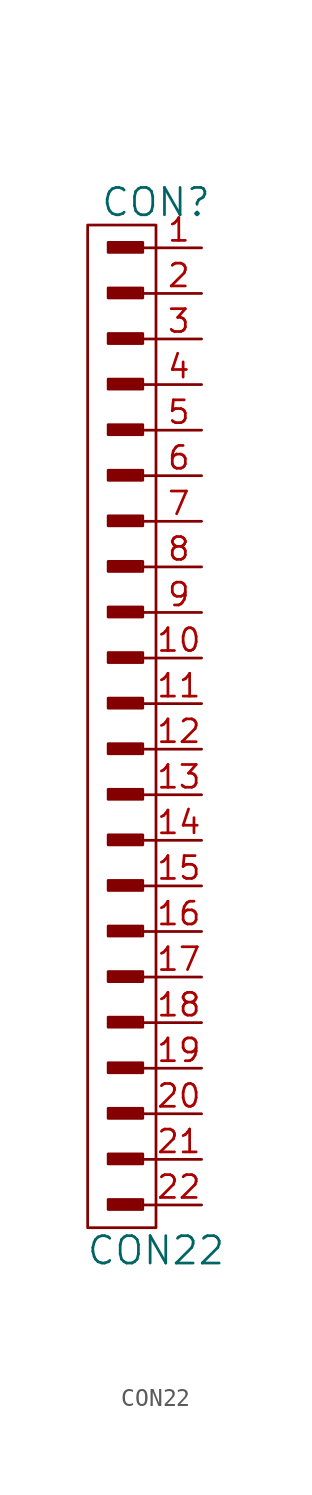
<source format=kicad_sym>
(kicad_symbol_lib
  (version 20220914)
  (generator kicad_symbol_editor)
  (symbol "CON22"
    (pin_names
      (offset 1.016))
    (property "Reference" "CON"
      (at 0 29.21 0)
      (effects (font (size 1.524 1.524))))
    (property "Value" "CON22"
      (at 0 -29.21 0)
      (effects (font (size 1.524 1.524))))
    (property "Datasheet" ""
      (at -1.905 25.4 0)
      (effects (font (size 1.524 1.524))))
    (symbol "CON22_0_0"
      (rectangle (start -2.642 -26.822) (end -0.864 -26.467) (stroke (width 0) (type solid)) (fill (type none)))
      (rectangle (start -2.642 -24.282) (end -0.864 -23.927) (stroke (width 0) (type solid)) (fill (type none)))
      (rectangle (start -2.642 -21.742) (end -0.864 -21.387) (stroke (width 0) (type solid)) (fill (type none)))
      (rectangle (start -2.642 -16.662) (end -0.864 -16.307) (stroke (width 0) (type solid)) (fill (type none)))
      (rectangle (start -2.642 -14.122) (end -0.864 -13.767) (stroke (width 0) (type solid)) (fill (type none)))
      (rectangle (start -2.642 -11.582) (end -0.864 -11.227) (stroke (width 0) (type solid)) (fill (type none)))
      (rectangle (start -2.642 -9.042) (end -0.864 -8.687) (stroke (width 0) (type solid)) (fill (type none)))
      (rectangle (start -2.642 -6.502) (end -0.864 -6.147) (stroke (width 0) (type solid)) (fill (type none)))
      (rectangle (start -2.642 -3.962) (end -0.864 -3.607) (stroke (width 0) (type solid)) (fill (type none)))
      (rectangle (start -2.642 -1.422) (end -0.864 -1.067) (stroke (width 0) (type solid)) (fill (type none)))
      (rectangle (start -2.642 3.658) (end -0.864 4.013) (stroke (width 0) (type solid)) (fill (type none)))
      (rectangle (start -2.642 8.738) (end -0.864 9.093) (stroke (width 0) (type solid)) (fill (type none)))
      (rectangle (start -2.642 11.278) (end -0.864 11.633) (stroke (width 0) (type solid)) (fill (type none)))
      (rectangle (start -2.642 13.818) (end -0.864 14.173) (stroke (width 0) (type solid)) (fill (type none)))
      (rectangle (start -2.642 16.358) (end -0.864 16.713) (stroke (width 0) (type solid)) (fill (type none)))
      (rectangle (start -2.642 18.898) (end -0.864 19.253) (stroke (width 0) (type solid)) (fill (type none)))
      (rectangle (start -2.642 21.438) (end -0.864 21.793) (stroke (width 0) (type solid)) (fill (type none)))
      (rectangle (start -2.642 23.978) (end -0.864 24.333) (stroke (width 0) (type solid)) (fill (type none)))
      (rectangle (start -2.616 -26.721) (end -0.965 -26.619) (stroke (width 0) (type solid)) (fill (type none)))
      (rectangle (start -2.616 -24.181) (end -0.965 -24.079) (stroke (width 0) (type solid)) (fill (type none)))
      (rectangle (start -2.616 -21.641) (end -0.965 -21.539) (stroke (width 0) (type solid)) (fill (type none)))
      (rectangle (start -2.616 -19.202) (end -0.838 -18.847) (stroke (width 0) (type solid)) (fill (type none)))
      (rectangle (start -2.616 -16.561) (end -0.965 -16.459) (stroke (width 0) (type solid)) (fill (type none)))
      (rectangle (start -2.616 -14.021) (end -0.965 -13.919) (stroke (width 0) (type solid)) (fill (type none)))
      (rectangle (start -2.616 -11.481) (end -0.965 -11.379) (stroke (width 0) (type solid)) (fill (type none)))
      (rectangle (start -2.616 -8.941) (end -0.965 -8.839) (stroke (width 0) (type solid)) (fill (type none)))
      (rectangle (start -2.616 -6.401) (end -0.965 -6.299) (stroke (width 0) (type solid)) (fill (type none)))
      (rectangle (start -2.616 -3.861) (end -0.965 -3.759) (stroke (width 0) (type solid)) (fill (type none)))
      (rectangle (start -2.616 -1.321) (end -0.965 -1.219) (stroke (width 0) (type solid)) (fill (type none)))
      (rectangle (start -2.616 1.118) (end -0.838 1.473) (stroke (width 0) (type solid)) (fill (type none)))
      (rectangle (start -2.616 3.759) (end -0.965 3.861) (stroke (width 0) (type solid)) (fill (type none)))
      (rectangle (start -2.616 6.198) (end -0.838 6.553) (stroke (width 0) (type solid)) (fill (type none)))
      (rectangle (start -2.616 8.839) (end -0.965 8.941) (stroke (width 0) (type solid)) (fill (type none)))
      (rectangle (start -2.616 11.379) (end -0.965 11.481) (stroke (width 0) (type solid)) (fill (type none)))
      (rectangle (start -2.616 13.919) (end -0.965 14.021) (stroke (width 0) (type solid)) (fill (type none)))
      (rectangle (start -2.616 16.459) (end -0.965 16.561) (stroke (width 0) (type solid)) (fill (type none)))
      (rectangle (start -2.616 18.999) (end -0.965 19.101) (stroke (width 0) (type solid)) (fill (type none)))
      (rectangle (start -2.616 21.539) (end -0.965 21.641) (stroke (width 0) (type solid)) (fill (type none)))
      (rectangle (start -2.616 24.079) (end -0.965 24.181) (stroke (width 0) (type solid)) (fill (type none)))
      (rectangle (start -2.616 26.518) (end -0.838 26.873) (stroke (width 0) (type solid)) (fill (type none)))
      (rectangle (start -2.591 -19.075) (end -0.94 -18.974) (stroke (width 0) (type solid)) (fill (type none)))
      (rectangle (start -2.591 1.245) (end -0.94 1.346) (stroke (width 0) (type solid)) (fill (type none)))
      (rectangle (start -2.591 6.325) (end -0.94 6.426) (stroke (width 0) (type solid)) (fill (type none)))
      (rectangle (start -2.591 26.645) (end -0.94 26.746) (stroke (width 0) (type solid)) (fill (type none)))
      (rectangle (start -0.965 -26.543) (end -2.642 -26.746) (stroke (width 0) (type solid)) (fill (type none)))
      (rectangle (start -0.965 -24.003) (end -2.642 -24.206) (stroke (width 0) (type solid)) (fill (type none)))
      (rectangle (start -0.965 -21.463) (end -2.642 -21.666) (stroke (width 0) (type solid)) (fill (type none)))
      (rectangle (start -0.965 -16.383) (end -2.642 -16.586) (stroke (width 0) (type solid)) (fill (type none)))
      (rectangle (start -0.965 -13.843) (end -2.642 -14.046) (stroke (width 0) (type solid)) (fill (type none)))
      (rectangle (start -0.965 -11.303) (end -2.642 -11.506) (stroke (width 0) (type solid)) (fill (type none)))
      (rectangle (start -0.965 -8.763) (end -2.642 -8.966) (stroke (width 0) (type solid)) (fill (type none)))
      (rectangle (start -0.965 -6.223) (end -2.642 -6.426) (stroke (width 0) (type solid)) (fill (type none)))
      (rectangle (start -0.965 -3.683) (end -2.642 -3.886) (stroke (width 0) (type solid)) (fill (type none)))
      (rectangle (start -0.965 -1.143) (end -2.642 -1.346) (stroke (width 0) (type solid)) (fill (type none)))
      (rectangle (start -0.965 3.937) (end -2.642 3.734) (stroke (width 0) (type solid)) (fill (type none)))
      (rectangle (start -0.965 9.017) (end -2.642 8.814) (stroke (width 0) (type solid)) (fill (type none)))
      (rectangle (start -0.965 11.557) (end -2.642 11.354) (stroke (width 0) (type solid)) (fill (type none)))
      (rectangle (start -0.965 14.097) (end -2.642 13.894) (stroke (width 0) (type solid)) (fill (type none)))
      (rectangle (start -0.965 16.637) (end -2.642 16.434) (stroke (width 0) (type solid)) (fill (type none)))
      (rectangle (start -0.965 19.177) (end -2.642 18.974) (stroke (width 0) (type solid)) (fill (type none)))
      (rectangle (start -0.965 21.717) (end -2.642 21.514) (stroke (width 0) (type solid)) (fill (type none)))
      (rectangle (start -0.965 24.257) (end -2.642 24.054) (stroke (width 0) (type solid)) (fill (type none)))
      (rectangle (start -0.864 -18.948) (end -2.54 -19.152) (stroke (width 0) (type solid)) (fill (type none)))
      (rectangle (start -0.864 1.372) (end -2.54 1.168) (stroke (width 0) (type solid)) (fill (type none)))
      (rectangle (start -0.864 6.452) (end -2.54 6.248) (stroke (width 0) (type solid)) (fill (type none)))
      (rectangle (start -0.864 26.772) (end -2.54 26.568) (stroke (width 0) (type solid)) (fill (type none)))
      (rectangle (start -0.737 -26.365) (end -2.667 -26.924) (stroke (width 0) (type solid)) (fill (type none)))
      (rectangle (start -0.737 -23.825) (end -2.667 -24.384) (stroke (width 0) (type solid)) (fill (type none)))
      (rectangle (start -0.737 -21.285) (end -2.667 -21.844) (stroke (width 0) (type solid)) (fill (type none)))
      (rectangle (start -0.737 -18.745) (end -2.667 -19.304) (stroke (width 0) (type solid)) (fill (type none)))
      (rectangle (start -0.737 -16.205) (end -2.667 -16.764) (stroke (width 0) (type solid)) (fill (type none)))
      (rectangle (start -0.737 -13.665) (end -2.667 -14.224) (stroke (width 0) (type solid)) (fill (type none)))
      (rectangle (start -0.737 -11.125) (end -2.667 -11.684) (stroke (width 0) (type solid)) (fill (type none)))
      (rectangle (start -0.737 -8.585) (end -2.667 -9.144) (stroke (width 0) (type solid)) (fill (type none)))
      (rectangle (start -0.737 -6.045) (end -2.667 -6.604) (stroke (width 0) (type solid)) (fill (type none)))
      (rectangle (start -0.737 -3.505) (end -2.667 -4.064) (stroke (width 0) (type solid)) (fill (type none)))
      (rectangle (start -0.737 -0.965) (end -2.667 -1.524) (stroke (width 0) (type solid)) (fill (type none)))
      (rectangle (start -0.737 1.575) (end -2.667 1.016) (stroke (width 0) (type solid)) (fill (type none)))
      (rectangle (start -0.737 4.115) (end -2.667 3.556) (stroke (width 0) (type solid)) (fill (type none)))
      (rectangle (start -0.737 6.655) (end -2.667 6.096) (stroke (width 0) (type solid)) (fill (type none)))
      (rectangle (start -0.737 9.195) (end -2.667 8.636) (stroke (width 0) (type solid)) (fill (type none)))
      (rectangle (start -0.737 11.735) (end -2.667 11.176) (stroke (width 0) (type solid)) (fill (type none)))
      (rectangle (start -0.737 14.275) (end -2.667 13.716) (stroke (width 0) (type solid)) (fill (type none)))
      (rectangle (start -0.737 16.815) (end -2.667 16.256) (stroke (width 0) (type solid)) (fill (type none)))
      (rectangle (start -0.737 19.355) (end -2.667 18.796) (stroke (width 0) (type solid)) (fill (type none)))
      (rectangle (start -0.737 21.895) (end -2.667 21.336) (stroke (width 0) (type solid)) (fill (type none)))
      (rectangle (start -0.737 24.435) (end -2.667 23.876) (stroke (width 0) (type solid)) (fill (type none)))
      (rectangle (start -0.737 26.975) (end -2.667 26.416) (stroke (width 0) (type solid)) (fill (type none)))
      (polyline (pts (xy 0 -26.67) (xy -0.762 -26.67)) (stroke (width 0) (type solid)) (fill (type none)))
      (polyline (pts (xy 0 -24.13) (xy -0.762 -24.13)) (stroke (width 0) (type solid)) (fill (type none)))
      (polyline (pts (xy 0 -21.59) (xy -0.762 -21.59)) (stroke (width 0) (type solid)) (fill (type none)))
      (polyline (pts (xy 0 -19.05) (xy -0.762 -19.05)) (stroke (width 0) (type solid)) (fill (type none)))
      (polyline (pts (xy 0 -16.51) (xy -0.762 -16.51)) (stroke (width 0) (type solid)) (fill (type none)))
      (polyline (pts (xy 0 -13.97) (xy -0.762 -13.97)) (stroke (width 0) (type solid)) (fill (type none)))
      (polyline (pts (xy 0 -11.43) (xy -0.762 -11.43)) (stroke (width 0) (type solid)) (fill (type none)))
      (polyline (pts (xy 0 -8.89) (xy -0.762 -8.89)) (stroke (width 0) (type solid)) (fill (type none)))
      (polyline (pts (xy 0 -6.35) (xy -0.762 -6.35)) (stroke (width 0) (type solid)) (fill (type none)))
      (polyline (pts (xy 0 -3.81) (xy -0.762 -3.81)) (stroke (width 0) (type solid)) (fill (type none)))
      (polyline (pts (xy 0 -1.27) (xy -0.762 -1.27)) (stroke (width 0) (type solid)) (fill (type none)))
      (polyline (pts (xy 0 1.27) (xy -0.762 1.27)) (stroke (width 0) (type solid)) (fill (type none)))
      (polyline (pts (xy 0 3.81) (xy -0.762 3.81)) (stroke (width 0) (type solid)) (fill (type none)))
      (polyline (pts (xy 0 6.35) (xy -0.762 6.35)) (stroke (width 0) (type solid)) (fill (type none)))
      (polyline (pts (xy 0 8.89) (xy -0.762 8.89)) (stroke (width 0) (type solid)) (fill (type none)))
      (polyline (pts (xy 0 11.43) (xy -0.762 11.43)) (stroke (width 0) (type solid)) (fill (type none)))
      (polyline (pts (xy 0 13.97) (xy -0.762 13.97)) (stroke (width 0) (type solid)) (fill (type none)))
      (polyline (pts (xy 0 16.51) (xy -0.762 16.51)) (stroke (width 0) (type solid)) (fill (type none)))
      (polyline (pts (xy 0 19.05) (xy -0.762 19.05)) (stroke (width 0) (type solid)) (fill (type none)))
      (polyline (pts (xy 0 21.59) (xy -0.762 21.59)) (stroke (width 0) (type solid)) (fill (type none)))
      (polyline (pts (xy 0 24.13) (xy -0.762 24.13)) (stroke (width 0) (type solid)) (fill (type none)))
      (polyline (pts (xy 0 26.67) (xy -0.762 26.67)) (stroke (width 0) (type solid)) (fill (type none))))
    (symbol "CON22_0_1"
      (rectangle (start -3.81 27.94) (end 0 -27.94) (stroke (width 0) (type solid)) (fill (type none))))
    (symbol "CON22_1_1"
      (pin passive line (at 2.54 26.67 180) (length 2.54) (name "~" (effects (font (size 1.27 1.27)))) (number "1" (effects (font (size 1.27 1.27)))))
      (pin passive line (at 2.54 3.81 180) (length 2.54) (name "~" (effects (font (size 1.27 1.27)))) (number "10" (effects (font (size 1.27 1.27)))))
      (pin passive line (at 2.54 1.27 180) (length 2.54) (name "~" (effects (font (size 1.27 1.27)))) (number "11" (effects (font (size 1.27 1.27)))))
      (pin passive line (at 2.54 -1.27 180) (length 2.54) (name "~" (effects (font (size 1.27 1.27)))) (number "12" (effects (font (size 1.27 1.27)))))
      (pin passive line (at 2.54 -3.81 180) (length 2.54) (name "~" (effects (font (size 1.27 1.27)))) (number "13" (effects (font (size 1.27 1.27)))))
      (pin passive line (at 2.54 -6.35 180) (length 2.54) (name "~" (effects (font (size 1.27 1.27)))) (number "14" (effects (font (size 1.27 1.27)))))
      (pin passive line (at 2.54 -8.89 180) (length 2.54) (name "~" (effects (font (size 1.27 1.27)))) (number "15" (effects (font (size 1.27 1.27)))))
      (pin passive line (at 2.54 -11.43 180) (length 2.54) (name "~" (effects (font (size 1.27 1.27)))) (number "16" (effects (font (size 1.27 1.27)))))
      (pin passive line (at 2.54 -13.97 180) (length 2.54) (name "~" (effects (font (size 1.27 1.27)))) (number "17" (effects (font (size 1.27 1.27)))))
      (pin passive line (at 2.54 -16.51 180) (length 2.54) (name "~" (effects (font (size 1.27 1.27)))) (number "18" (effects (font (size 1.27 1.27)))))
      (pin passive line (at 2.54 -19.05 180) (length 2.54) (name "~" (effects (font (size 1.27 1.27)))) (number "19" (effects (font (size 1.27 1.27)))))
      (pin passive line (at 2.54 24.13 180) (length 2.54) (name "~" (effects (font (size 1.27 1.27)))) (number "2" (effects (font (size 1.27 1.27)))))
      (pin passive line (at 2.54 -21.59 180) (length 2.54) (name "~" (effects (font (size 1.27 1.27)))) (number "20" (effects (font (size 1.27 1.27)))))
      (pin passive line (at 2.54 -24.13 180) (length 2.54) (name "~" (effects (font (size 1.27 1.27)))) (number "21" (effects (font (size 1.27 1.27)))))
      (pin passive line (at 2.54 -26.67 180) (length 2.54) (name "~" (effects (font (size 1.27 1.27)))) (number "22" (effects (font (size 1.27 1.27)))))
      (pin passive line (at 2.54 21.59 180) (length 2.54) (name "~" (effects (font (size 1.27 1.27)))) (number "3" (effects (font (size 1.27 1.27)))))
      (pin passive line (at 2.54 19.05 180) (length 2.54) (name "~" (effects (font (size 1.27 1.27)))) (number "4" (effects (font (size 1.27 1.27)))))
      (pin passive line (at 2.54 16.51 180) (length 2.54) (name "~" (effects (font (size 1.27 1.27)))) (number "5" (effects (font (size 1.27 1.27)))))
      (pin passive line (at 2.54 13.97 180) (length 2.54) (name "~" (effects (font (size 1.27 1.27)))) (number "6" (effects (font (size 1.27 1.27)))))
      (pin passive line (at 2.54 11.43 180) (length 2.54) (name "~" (effects (font (size 1.27 1.27)))) (number "7" (effects (font (size 1.27 1.27)))))
      (pin passive line (at 2.54 8.89 180) (length 2.54) (name "~" (effects (font (size 1.27 1.27)))) (number "8" (effects (font (size 1.27 1.27)))))
      (pin passive line (at 2.54 6.35 180) (length 2.54) (name "~" (effects (font (size 1.27 1.27)))) (number "9" (effects (font (size 1.27 1.27))))))))
</source>
